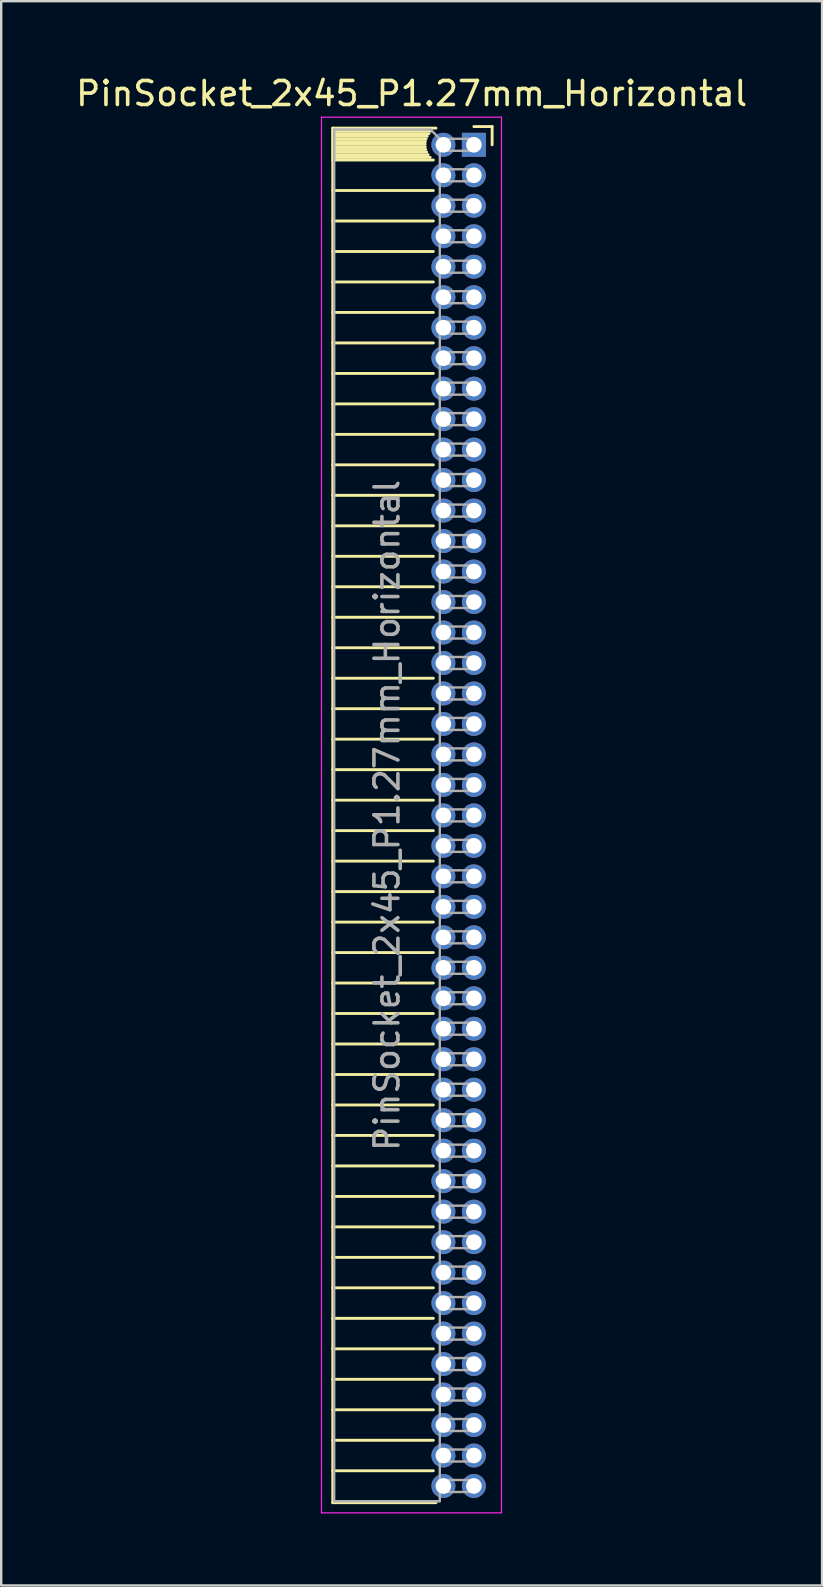
<source format=kicad_pcb>
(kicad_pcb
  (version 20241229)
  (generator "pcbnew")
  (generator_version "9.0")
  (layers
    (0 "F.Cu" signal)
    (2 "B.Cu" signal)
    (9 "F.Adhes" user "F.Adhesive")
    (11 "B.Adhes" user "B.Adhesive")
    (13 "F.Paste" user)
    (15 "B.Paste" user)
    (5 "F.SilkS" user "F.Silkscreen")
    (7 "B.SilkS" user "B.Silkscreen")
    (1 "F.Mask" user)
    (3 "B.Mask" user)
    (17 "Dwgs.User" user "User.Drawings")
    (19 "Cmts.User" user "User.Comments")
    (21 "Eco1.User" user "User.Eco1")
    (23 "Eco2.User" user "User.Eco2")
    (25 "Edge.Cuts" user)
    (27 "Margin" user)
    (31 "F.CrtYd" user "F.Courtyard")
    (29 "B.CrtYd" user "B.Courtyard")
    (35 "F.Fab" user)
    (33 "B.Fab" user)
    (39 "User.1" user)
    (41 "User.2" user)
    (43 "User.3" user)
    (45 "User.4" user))
  (footprint "PinSocket_2x45_P1.27mm_Horizontal"
    (layer "F.Cu")
    (at 16.694 2.983)
    (property "Reference" "PinSocket_2x45_P1.27mm_Horizontal" (at -2.592 -2.135 0) (layer "F.SilkS") (effects (font (size 1 1) (thickness 0.15))))
    (attr through_hole)
    (fp_line (start -5.88 -0.695) (end -5.88 56.575) (stroke (width 0.12) (type solid)) (layer "F.SilkS"))
    (fp_line (start -5.88 -0.695) (end -1.578 -0.695) (stroke (width 0.12) (type solid)) (layer "F.SilkS"))
    (fp_line (start -5.88 -0.575) (end -1.767 -0.575) (stroke (width 0.12) (type solid)) (layer "F.SilkS"))
    (fp_line (start -5.88 -0.465) (end -1.871 -0.465) (stroke (width 0.12) (type solid)) (layer "F.SilkS"))
    (fp_line (start -5.88 -0.355) (end -1.942 -0.355) (stroke (width 0.12) (type solid)) (layer "F.SilkS"))
    (fp_line (start -5.88 -0.245) (end -1.989 -0.245) (stroke (width 0.12) (type solid)) (layer "F.SilkS"))
    (fp_line (start -5.88 -0.135) (end -2.018 -0.135) (stroke (width 0.12) (type solid)) (layer "F.SilkS"))
    (fp_line (start -5.88 -0.025) (end -2.03 -0.025) (stroke (width 0.12) (type solid)) (layer "F.SilkS"))
    (fp_line (start -5.88 0.085) (end -2.025 0.085) (stroke (width 0.12) (type solid)) (layer "F.SilkS"))
    (fp_line (start -5.88 0.195) (end -2.005 0.195) (stroke (width 0.12) (type solid)) (layer "F.SilkS"))
    (fp_line (start -5.88 0.305) (end -1.966 0.305) (stroke (width 0.12) (type solid)) (layer "F.SilkS"))
    (fp_line (start -5.88 0.415) (end -1.907 0.415) (stroke (width 0.12) (type solid)) (layer "F.SilkS"))
    (fp_line (start -5.88 0.525) (end -1.82 0.525) (stroke (width 0.12) (type solid)) (layer "F.SilkS"))
    (fp_line (start -5.88 0.635) (end -1.688 0.635) (stroke (width 0.12) (type solid)) (layer "F.SilkS"))
    (fp_line (start -5.88 1.905) (end -1.688 1.905) (stroke (width 0.12) (type solid)) (layer "F.SilkS"))
    (fp_line (start -5.88 3.175) (end -1.688 3.175) (stroke (width 0.12) (type solid)) (layer "F.SilkS"))
    (fp_line (start -5.88 4.445) (end -1.688 4.445) (stroke (width 0.12) (type solid)) (layer "F.SilkS"))
    (fp_line (start -5.88 5.715) (end -1.688 5.715) (stroke (width 0.12) (type solid)) (layer "F.SilkS"))
    (fp_line (start -5.88 6.985) (end -1.688 6.985) (stroke (width 0.12) (type solid)) (layer "F.SilkS"))
    (fp_line (start -5.88 8.255) (end -1.688 8.255) (stroke (width 0.12) (type solid)) (layer "F.SilkS"))
    (fp_line (start -5.88 9.525) (end -1.688 9.525) (stroke (width 0.12) (type solid)) (layer "F.SilkS"))
    (fp_line (start -5.88 10.795) (end -1.688 10.795) (stroke (width 0.12) (type solid)) (layer "F.SilkS"))
    (fp_line (start -5.88 12.065) (end -1.688 12.065) (stroke (width 0.12) (type solid)) (layer "F.SilkS"))
    (fp_line (start -5.88 13.335) (end -1.688 13.335) (stroke (width 0.12) (type solid)) (layer "F.SilkS"))
    (fp_line (start -5.88 14.605) (end -1.688 14.605) (stroke (width 0.12) (type solid)) (layer "F.SilkS"))
    (fp_line (start -5.88 15.875) (end -1.688 15.875) (stroke (width 0.12) (type solid)) (layer "F.SilkS"))
    (fp_line (start -5.88 17.145) (end -1.688 17.145) (stroke (width 0.12) (type solid)) (layer "F.SilkS"))
    (fp_line (start -5.88 18.415) (end -1.688 18.415) (stroke (width 0.12) (type solid)) (layer "F.SilkS"))
    (fp_line (start -5.88 19.685) (end -1.688 19.685) (stroke (width 0.12) (type solid)) (layer "F.SilkS"))
    (fp_line (start -5.88 20.955) (end -1.688 20.955) (stroke (width 0.12) (type solid)) (layer "F.SilkS"))
    (fp_line (start -5.88 22.225) (end -1.688 22.225) (stroke (width 0.12) (type solid)) (layer "F.SilkS"))
    (fp_line (start -5.88 23.495) (end -1.688 23.495) (stroke (width 0.12) (type solid)) (layer "F.SilkS"))
    (fp_line (start -5.88 24.765) (end -1.688 24.765) (stroke (width 0.12) (type solid)) (layer "F.SilkS"))
    (fp_line (start -5.88 26.035) (end -1.688 26.035) (stroke (width 0.12) (type solid)) (layer "F.SilkS"))
    (fp_line (start -5.88 27.305) (end -1.688 27.305) (stroke (width 0.12) (type solid)) (layer "F.SilkS"))
    (fp_line (start -5.88 28.575) (end -1.688 28.575) (stroke (width 0.12) (type solid)) (layer "F.SilkS"))
    (fp_line (start -5.88 29.845) (end -1.688 29.845) (stroke (width 0.12) (type solid)) (layer "F.SilkS"))
    (fp_line (start -5.88 31.115) (end -1.688 31.115) (stroke (width 0.12) (type solid)) (layer "F.SilkS"))
    (fp_line (start -5.88 32.385) (end -1.688 32.385) (stroke (width 0.12) (type solid)) (layer "F.SilkS"))
    (fp_line (start -5.88 33.655) (end -1.688 33.655) (stroke (width 0.12) (type solid)) (layer "F.SilkS"))
    (fp_line (start -5.88 34.925) (end -1.688 34.925) (stroke (width 0.12) (type solid)) (layer "F.SilkS"))
    (fp_line (start -5.88 36.195) (end -1.688 36.195) (stroke (width 0.12) (type solid)) (layer "F.SilkS"))
    (fp_line (start -5.88 37.465) (end -1.688 37.465) (stroke (width 0.12) (type solid)) (layer "F.SilkS"))
    (fp_line (start -5.88 38.735) (end -1.688 38.735) (stroke (width 0.12) (type solid)) (layer "F.SilkS"))
    (fp_line (start -5.88 40.005) (end -1.688 40.005) (stroke (width 0.12) (type solid)) (layer "F.SilkS"))
    (fp_line (start -5.88 41.275) (end -1.688 41.275) (stroke (width 0.12) (type solid)) (layer "F.SilkS"))
    (fp_line (start -5.88 42.545) (end -1.688 42.545) (stroke (width 0.12) (type solid)) (layer "F.SilkS"))
    (fp_line (start -5.88 43.815) (end -1.688 43.815) (stroke (width 0.12) (type solid)) (layer "F.SilkS"))
    (fp_line (start -5.88 45.085) (end -1.688 45.085) (stroke (width 0.12) (type solid)) (layer "F.SilkS"))
    (fp_line (start -5.88 46.355) (end -1.688 46.355) (stroke (width 0.12) (type solid)) (layer "F.SilkS"))
    (fp_line (start -5.88 47.625) (end -1.688 47.625) (stroke (width 0.12) (type solid)) (layer "F.SilkS"))
    (fp_line (start -5.88 48.895) (end -1.688 48.895) (stroke (width 0.12) (type solid)) (layer "F.SilkS"))
    (fp_line (start -5.88 50.165) (end -1.688 50.165) (stroke (width 0.12) (type solid)) (layer "F.SilkS"))
    (fp_line (start -5.88 51.435) (end -1.688 51.435) (stroke (width 0.12) (type solid)) (layer "F.SilkS"))
    (fp_line (start -5.88 52.705) (end -1.688 52.705) (stroke (width 0.12) (type solid)) (layer "F.SilkS"))
    (fp_line (start -5.88 53.975) (end -1.688 53.975) (stroke (width 0.12) (type solid)) (layer "F.SilkS"))
    (fp_line (start -5.88 55.245) (end -1.688 55.245) (stroke (width 0.12) (type solid)) (layer "F.SilkS"))
    (fp_line (start -5.88 56.575) (end -1.578 56.575) (stroke (width 0.12) (type solid)) (layer "F.SilkS"))
    (fp_line (start 0 -0.76) (end 0.76 -0.76) (stroke (width 0.12) (type solid)) (layer "F.SilkS"))
    (fp_line (start 0.76 -0.76) (end 0.76 0) (stroke (width 0.12) (type solid)) (layer "F.SilkS"))
    (fp_line (start -6.35 -1.15) (end -6.35 57) (stroke (width 0.05) (type solid)) (layer "F.CrtYd"))
    (fp_line (start -6.35 57) (end 1.15 57) (stroke (width 0.05) (type solid)) (layer "F.CrtYd"))
    (fp_line (start 1.15 -1.15) (end -6.35 -1.15) (stroke (width 0.05) (type solid)) (layer "F.CrtYd"))
    (fp_line (start 1.15 57) (end 1.15 -1.15) (stroke (width 0.05) (type solid)) (layer "F.CrtYd"))
    (fp_line (start -5.82 -0.635) (end -1.805 -0.635) (stroke (width 0.1) (type solid)) (layer "F.Fab"))
    (fp_line (start -5.82 56.515) (end -5.82 -0.635) (stroke (width 0.1) (type solid)) (layer "F.Fab"))
    (fp_line (start -1.805 -0.635) (end -1.42 -0.25) (stroke (width 0.1) (type solid)) (layer "F.Fab"))
    (fp_line (start -1.42 -0.25) (end -1.42 56.515) (stroke (width 0.1) (type solid)) (layer "F.Fab"))
    (fp_line (start -1.42 0.25) (end 0 0.25) (stroke (width 0.1) (type solid)) (layer "F.Fab"))
    (fp_line (start -1.42 1.52) (end 0 1.52) (stroke (width 0.1) (type solid)) (layer "F.Fab"))
    (fp_line (start -1.42 2.79) (end 0 2.79) (stroke (width 0.1) (type solid)) (layer "F.Fab"))
    (fp_line (start -1.42 4.06) (end 0 4.06) (stroke (width 0.1) (type solid)) (layer "F.Fab"))
    (fp_line (start -1.42 5.33) (end 0 5.33) (stroke (width 0.1) (type solid)) (layer "F.Fab"))
    (fp_line (start -1.42 6.6) (end 0 6.6) (stroke (width 0.1) (type solid)) (layer "F.Fab"))
    (fp_line (start -1.42 7.87) (end 0 7.87) (stroke (width 0.1) (type solid)) (layer "F.Fab"))
    (fp_line (start -1.42 9.14) (end 0 9.14) (stroke (width 0.1) (type solid)) (layer "F.Fab"))
    (fp_line (start -1.42 10.41) (end 0 10.41) (stroke (width 0.1) (type solid)) (layer "F.Fab"))
    (fp_line (start -1.42 11.68) (end 0 11.68) (stroke (width 0.1) (type solid)) (layer "F.Fab"))
    (fp_line (start -1.42 12.95) (end 0 12.95) (stroke (width 0.1) (type solid)) (layer "F.Fab"))
    (fp_line (start -1.42 14.22) (end 0 14.22) (stroke (width 0.1) (type solid)) (layer "F.Fab"))
    (fp_line (start -1.42 15.49) (end 0 15.49) (stroke (width 0.1) (type solid)) (layer "F.Fab"))
    (fp_line (start -1.42 16.76) (end 0 16.76) (stroke (width 0.1) (type solid)) (layer "F.Fab"))
    (fp_line (start -1.42 18.03) (end 0 18.03) (stroke (width 0.1) (type solid)) (layer "F.Fab"))
    (fp_line (start -1.42 19.3) (end 0 19.3) (stroke (width 0.1) (type solid)) (layer "F.Fab"))
    (fp_line (start -1.42 20.57) (end 0 20.57) (stroke (width 0.1) (type solid)) (layer "F.Fab"))
    (fp_line (start -1.42 21.84) (end 0 21.84) (stroke (width 0.1) (type solid)) (layer "F.Fab"))
    (fp_line (start -1.42 23.11) (end 0 23.11) (stroke (width 0.1) (type solid)) (layer "F.Fab"))
    (fp_line (start -1.42 24.38) (end 0 24.38) (stroke (width 0.1) (type solid)) (layer "F.Fab"))
    (fp_line (start -1.42 25.65) (end 0 25.65) (stroke (width 0.1) (type solid)) (layer "F.Fab"))
    (fp_line (start -1.42 26.92) (end 0 26.92) (stroke (width 0.1) (type solid)) (layer "F.Fab"))
    (fp_line (start -1.42 28.19) (end 0 28.19) (stroke (width 0.1) (type solid)) (layer "F.Fab"))
    (fp_line (start -1.42 29.46) (end 0 29.46) (stroke (width 0.1) (type solid)) (layer "F.Fab"))
    (fp_line (start -1.42 30.73) (end 0 30.73) (stroke (width 0.1) (type solid)) (layer "F.Fab"))
    (fp_line (start -1.42 32) (end 0 32) (stroke (width 0.1) (type solid)) (layer "F.Fab"))
    (fp_line (start -1.42 33.27) (end 0 33.27) (stroke (width 0.1) (type solid)) (layer "F.Fab"))
    (fp_line (start -1.42 34.54) (end 0 34.54) (stroke (width 0.1) (type solid)) (layer "F.Fab"))
    (fp_line (start -1.42 35.81) (end 0 35.81) (stroke (width 0.1) (type solid)) (layer "F.Fab"))
    (fp_line (start -1.42 37.08) (end 0 37.08) (stroke (width 0.1) (type solid)) (layer "F.Fab"))
    (fp_line (start -1.42 38.35) (end 0 38.35) (stroke (width 0.1) (type solid)) (layer "F.Fab"))
    (fp_line (start -1.42 39.62) (end 0 39.62) (stroke (width 0.1) (type solid)) (layer "F.Fab"))
    (fp_line (start -1.42 40.89) (end 0 40.89) (stroke (width 0.1) (type solid)) (layer "F.Fab"))
    (fp_line (start -1.42 42.16) (end 0 42.16) (stroke (width 0.1) (type solid)) (layer "F.Fab"))
    (fp_line (start -1.42 43.43) (end 0 43.43) (stroke (width 0.1) (type solid)) (layer "F.Fab"))
    (fp_line (start -1.42 44.7) (end 0 44.7) (stroke (width 0.1) (type solid)) (layer "F.Fab"))
    (fp_line (start -1.42 45.97) (end 0 45.97) (stroke (width 0.1) (type solid)) (layer "F.Fab"))
    (fp_line (start -1.42 47.24) (end 0 47.24) (stroke (width 0.1) (type solid)) (layer "F.Fab"))
    (fp_line (start -1.42 48.51) (end 0 48.51) (stroke (width 0.1) (type solid)) (layer "F.Fab"))
    (fp_line (start -1.42 49.78) (end 0 49.78) (stroke (width 0.1) (type solid)) (layer "F.Fab"))
    (fp_line (start -1.42 51.05) (end 0 51.05) (stroke (width 0.1) (type solid)) (layer "F.Fab"))
    (fp_line (start -1.42 52.32) (end 0 52.32) (stroke (width 0.1) (type solid)) (layer "F.Fab"))
    (fp_line (start -1.42 53.59) (end 0 53.59) (stroke (width 0.1) (type solid)) (layer "F.Fab"))
    (fp_line (start -1.42 54.86) (end 0 54.86) (stroke (width 0.1) (type solid)) (layer "F.Fab"))
    (fp_line (start -1.42 56.13) (end 0 56.13) (stroke (width 0.1) (type solid)) (layer "F.Fab"))
    (fp_line (start -1.42 56.515) (end -5.82 56.515) (stroke (width 0.1) (type solid)) (layer "F.Fab"))
    (fp_line (start 0 -0.25) (end -1.42 -0.25) (stroke (width 0.1) (type solid)) (layer "F.Fab"))
    (fp_line (start 0 0.25) (end 0 -0.25) (stroke (width 0.1) (type solid)) (layer "F.Fab"))
    (fp_line (start 0 1.02) (end -1.42 1.02) (stroke (width 0.1) (type solid)) (layer "F.Fab"))
    (fp_line (start 0 1.52) (end 0 1.02) (stroke (width 0.1) (type solid)) (layer "F.Fab"))
    (fp_line (start 0 2.29) (end -1.42 2.29) (stroke (width 0.1) (type solid)) (layer "F.Fab"))
    (fp_line (start 0 2.79) (end 0 2.29) (stroke (width 0.1) (type solid)) (layer "F.Fab"))
    (fp_line (start 0 3.56) (end -1.42 3.56) (stroke (width 0.1) (type solid)) (layer "F.Fab"))
    (fp_line (start 0 4.06) (end 0 3.56) (stroke (width 0.1) (type solid)) (layer "F.Fab"))
    (fp_line (start 0 4.83) (end -1.42 4.83) (stroke (width 0.1) (type solid)) (layer "F.Fab"))
    (fp_line (start 0 5.33) (end 0 4.83) (stroke (width 0.1) (type solid)) (layer "F.Fab"))
    (fp_line (start 0 6.1) (end -1.42 6.1) (stroke (width 0.1) (type solid)) (layer "F.Fab"))
    (fp_line (start 0 6.6) (end 0 6.1) (stroke (width 0.1) (type solid)) (layer "F.Fab"))
    (fp_line (start 0 7.37) (end -1.42 7.37) (stroke (width 0.1) (type solid)) (layer "F.Fab"))
    (fp_line (start 0 7.87) (end 0 7.37) (stroke (width 0.1) (type solid)) (layer "F.Fab"))
    (fp_line (start 0 8.64) (end -1.42 8.64) (stroke (width 0.1) (type solid)) (layer "F.Fab"))
    (fp_line (start 0 9.14) (end 0 8.64) (stroke (width 0.1) (type solid)) (layer "F.Fab"))
    (fp_line (start 0 9.91) (end -1.42 9.91) (stroke (width 0.1) (type solid)) (layer "F.Fab"))
    (fp_line (start 0 10.41) (end 0 9.91) (stroke (width 0.1) (type solid)) (layer "F.Fab"))
    (fp_line (start 0 11.18) (end -1.42 11.18) (stroke (width 0.1) (type solid)) (layer "F.Fab"))
    (fp_line (start 0 11.68) (end 0 11.18) (stroke (width 0.1) (type solid)) (layer "F.Fab"))
    (fp_line (start 0 12.45) (end -1.42 12.45) (stroke (width 0.1) (type solid)) (layer "F.Fab"))
    (fp_line (start 0 12.95) (end 0 12.45) (stroke (width 0.1) (type solid)) (layer "F.Fab"))
    (fp_line (start 0 13.72) (end -1.42 13.72) (stroke (width 0.1) (type solid)) (layer "F.Fab"))
    (fp_line (start 0 14.22) (end 0 13.72) (stroke (width 0.1) (type solid)) (layer "F.Fab"))
    (fp_line (start 0 14.99) (end -1.42 14.99) (stroke (width 0.1) (type solid)) (layer "F.Fab"))
    (fp_line (start 0 15.49) (end 0 14.99) (stroke (width 0.1) (type solid)) (layer "F.Fab"))
    (fp_line (start 0 16.26) (end -1.42 16.26) (stroke (width 0.1) (type solid)) (layer "F.Fab"))
    (fp_line (start 0 16.76) (end 0 16.26) (stroke (width 0.1) (type solid)) (layer "F.Fab"))
    (fp_line (start 0 17.53) (end -1.42 17.53) (stroke (width 0.1) (type solid)) (layer "F.Fab"))
    (fp_line (start 0 18.03) (end 0 17.53) (stroke (width 0.1) (type solid)) (layer "F.Fab"))
    (fp_line (start 0 18.8) (end -1.42 18.8) (stroke (width 0.1) (type solid)) (layer "F.Fab"))
    (fp_line (start 0 19.3) (end 0 18.8) (stroke (width 0.1) (type solid)) (layer "F.Fab"))
    (fp_line (start 0 20.07) (end -1.42 20.07) (stroke (width 0.1) (type solid)) (layer "F.Fab"))
    (fp_line (start 0 20.57) (end 0 20.07) (stroke (width 0.1) (type solid)) (layer "F.Fab"))
    (fp_line (start 0 21.34) (end -1.42 21.34) (stroke (width 0.1) (type solid)) (layer "F.Fab"))
    (fp_line (start 0 21.84) (end 0 21.34) (stroke (width 0.1) (type solid)) (layer "F.Fab"))
    (fp_line (start 0 22.61) (end -1.42 22.61) (stroke (width 0.1) (type solid)) (layer "F.Fab"))
    (fp_line (start 0 23.11) (end 0 22.61) (stroke (width 0.1) (type solid)) (layer "F.Fab"))
    (fp_line (start 0 23.88) (end -1.42 23.88) (stroke (width 0.1) (type solid)) (layer "F.Fab"))
    (fp_line (start 0 24.38) (end 0 23.88) (stroke (width 0.1) (type solid)) (layer "F.Fab"))
    (fp_line (start 0 25.15) (end -1.42 25.15) (stroke (width 0.1) (type solid)) (layer "F.Fab"))
    (fp_line (start 0 25.65) (end 0 25.15) (stroke (width 0.1) (type solid)) (layer "F.Fab"))
    (fp_line (start 0 26.42) (end -1.42 26.42) (stroke (width 0.1) (type solid)) (layer "F.Fab"))
    (fp_line (start 0 26.92) (end 0 26.42) (stroke (width 0.1) (type solid)) (layer "F.Fab"))
    (fp_line (start 0 27.69) (end -1.42 27.69) (stroke (width 0.1) (type solid)) (layer "F.Fab"))
    (fp_line (start 0 28.19) (end 0 27.69) (stroke (width 0.1) (type solid)) (layer "F.Fab"))
    (fp_line (start 0 28.96) (end -1.42 28.96) (stroke (width 0.1) (type solid)) (layer "F.Fab"))
    (fp_line (start 0 29.46) (end 0 28.96) (stroke (width 0.1) (type solid)) (layer "F.Fab"))
    (fp_line (start 0 30.23) (end -1.42 30.23) (stroke (width 0.1) (type solid)) (layer "F.Fab"))
    (fp_line (start 0 30.73) (end 0 30.23) (stroke (width 0.1) (type solid)) (layer "F.Fab"))
    (fp_line (start 0 31.5) (end -1.42 31.5) (stroke (width 0.1) (type solid)) (layer "F.Fab"))
    (fp_line (start 0 32) (end 0 31.5) (stroke (width 0.1) (type solid)) (layer "F.Fab"))
    (fp_line (start 0 32.77) (end -1.42 32.77) (stroke (width 0.1) (type solid)) (layer "F.Fab"))
    (fp_line (start 0 33.27) (end 0 32.77) (stroke (width 0.1) (type solid)) (layer "F.Fab"))
    (fp_line (start 0 34.04) (end -1.42 34.04) (stroke (width 0.1) (type solid)) (layer "F.Fab"))
    (fp_line (start 0 34.54) (end 0 34.04) (stroke (width 0.1) (type solid)) (layer "F.Fab"))
    (fp_line (start 0 35.31) (end -1.42 35.31) (stroke (width 0.1) (type solid)) (layer "F.Fab"))
    (fp_line (start 0 35.81) (end 0 35.31) (stroke (width 0.1) (type solid)) (layer "F.Fab"))
    (fp_line (start 0 36.58) (end -1.42 36.58) (stroke (width 0.1) (type solid)) (layer "F.Fab"))
    (fp_line (start 0 37.08) (end 0 36.58) (stroke (width 0.1) (type solid)) (layer "F.Fab"))
    (fp_line (start 0 37.85) (end -1.42 37.85) (stroke (width 0.1) (type solid)) (layer "F.Fab"))
    (fp_line (start 0 38.35) (end 0 37.85) (stroke (width 0.1) (type solid)) (layer "F.Fab"))
    (fp_line (start 0 39.12) (end -1.42 39.12) (stroke (width 0.1) (type solid)) (layer "F.Fab"))
    (fp_line (start 0 39.62) (end 0 39.12) (stroke (width 0.1) (type solid)) (layer "F.Fab"))
    (fp_line (start 0 40.39) (end -1.42 40.39) (stroke (width 0.1) (type solid)) (layer "F.Fab"))
    (fp_line (start 0 40.89) (end 0 40.39) (stroke (width 0.1) (type solid)) (layer "F.Fab"))
    (fp_line (start 0 41.66) (end -1.42 41.66) (stroke (width 0.1) (type solid)) (layer "F.Fab"))
    (fp_line (start 0 42.16) (end 0 41.66) (stroke (width 0.1) (type solid)) (layer "F.Fab"))
    (fp_line (start 0 42.93) (end -1.42 42.93) (stroke (width 0.1) (type solid)) (layer "F.Fab"))
    (fp_line (start 0 43.43) (end 0 42.93) (stroke (width 0.1) (type solid)) (layer "F.Fab"))
    (fp_line (start 0 44.2) (end -1.42 44.2) (stroke (width 0.1) (type solid)) (layer "F.Fab"))
    (fp_line (start 0 44.7) (end 0 44.2) (stroke (width 0.1) (type solid)) (layer "F.Fab"))
    (fp_line (start 0 45.47) (end -1.42 45.47) (stroke (width 0.1) (type solid)) (layer "F.Fab"))
    (fp_line (start 0 45.97) (end 0 45.47) (stroke (width 0.1) (type solid)) (layer "F.Fab"))
    (fp_line (start 0 46.74) (end -1.42 46.74) (stroke (width 0.1) (type solid)) (layer "F.Fab"))
    (fp_line (start 0 47.24) (end 0 46.74) (stroke (width 0.1) (type solid)) (layer "F.Fab"))
    (fp_line (start 0 48.01) (end -1.42 48.01) (stroke (width 0.1) (type solid)) (layer "F.Fab"))
    (fp_line (start 0 48.51) (end 0 48.01) (stroke (width 0.1) (type solid)) (layer "F.Fab"))
    (fp_line (start 0 49.28) (end -1.42 49.28) (stroke (width 0.1) (type solid)) (layer "F.Fab"))
    (fp_line (start 0 49.78) (end 0 49.28) (stroke (width 0.1) (type solid)) (layer "F.Fab"))
    (fp_line (start 0 50.55) (end -1.42 50.55) (stroke (width 0.1) (type solid)) (layer "F.Fab"))
    (fp_line (start 0 51.05) (end 0 50.55) (stroke (width 0.1) (type solid)) (layer "F.Fab"))
    (fp_line (start 0 51.82) (end -1.42 51.82) (stroke (width 0.1) (type solid)) (layer "F.Fab"))
    (fp_line (start 0 52.32) (end 0 51.82) (stroke (width 0.1) (type solid)) (layer "F.Fab"))
    (fp_line (start 0 53.09) (end -1.42 53.09) (stroke (width 0.1) (type solid)) (layer "F.Fab"))
    (fp_line (start 0 53.59) (end 0 53.09) (stroke (width 0.1) (type solid)) (layer "F.Fab"))
    (fp_line (start 0 54.36) (end -1.42 54.36) (stroke (width 0.1) (type solid)) (layer "F.Fab"))
    (fp_line (start 0 54.86) (end 0 54.36) (stroke (width 0.1) (type solid)) (layer "F.Fab"))
    (fp_line (start 0 55.63) (end -1.42 55.63) (stroke (width 0.1) (type solid)) (layer "F.Fab"))
    (fp_line (start 0 56.13) (end 0 55.63) (stroke (width 0.1) (type solid)) (layer "F.Fab"))
    (fp_text user "${REFERENCE}" (at -3.62 27.94 90) (layer "F.Fab") (effects (font (size 1 1) (thickness 0.15))))
    (pad "1" thru_hole rect (at 0 0) (size 1 1) (drill 0.65) (layers "*.Cu" "*.Mask"))
    (pad "2" thru_hole oval (at -1.27 0) (size 1 1) (drill 0.65) (layers "*.Cu" "*.Mask"))
    (pad "3" thru_hole oval (at 0 1.27) (size 1 1) (drill 0.65) (layers "*.Cu" "*.Mask"))
    (pad "4" thru_hole oval (at -1.27 1.27) (size 1 1) (drill 0.65) (layers "*.Cu" "*.Mask"))
    (pad "5" thru_hole oval (at 0 2.54) (size 1 1) (drill 0.65) (layers "*.Cu" "*.Mask"))
    (pad "6" thru_hole oval (at -1.27 2.54) (size 1 1) (drill 0.65) (layers "*.Cu" "*.Mask"))
    (pad "7" thru_hole oval (at 0 3.81) (size 1 1) (drill 0.65) (layers "*.Cu" "*.Mask"))
    (pad "8" thru_hole oval (at -1.27 3.81) (size 1 1) (drill 0.65) (layers "*.Cu" "*.Mask"))
    (pad "9" thru_hole oval (at 0 5.08) (size 1 1) (drill 0.65) (layers "*.Cu" "*.Mask"))
    (pad "10" thru_hole oval (at -1.27 5.08) (size 1 1) (drill 0.65) (layers "*.Cu" "*.Mask"))
    (pad "11" thru_hole oval (at 0 6.35) (size 1 1) (drill 0.65) (layers "*.Cu" "*.Mask"))
    (pad "12" thru_hole oval (at -1.27 6.35) (size 1 1) (drill 0.65) (layers "*.Cu" "*.Mask"))
    (pad "13" thru_hole oval (at 0 7.62) (size 1 1) (drill 0.65) (layers "*.Cu" "*.Mask"))
    (pad "14" thru_hole oval (at -1.27 7.62) (size 1 1) (drill 0.65) (layers "*.Cu" "*.Mask"))
    (pad "15" thru_hole oval (at 0 8.89) (size 1 1) (drill 0.65) (layers "*.Cu" "*.Mask"))
    (pad "16" thru_hole oval (at -1.27 8.89) (size 1 1) (drill 0.65) (layers "*.Cu" "*.Mask"))
    (pad "17" thru_hole oval (at 0 10.16) (size 1 1) (drill 0.65) (layers "*.Cu" "*.Mask"))
    (pad "18" thru_hole oval (at -1.27 10.16) (size 1 1) (drill 0.65) (layers "*.Cu" "*.Mask"))
    (pad "19" thru_hole oval (at 0 11.43) (size 1 1) (drill 0.65) (layers "*.Cu" "*.Mask"))
    (pad "20" thru_hole oval (at -1.27 11.43) (size 1 1) (drill 0.65) (layers "*.Cu" "*.Mask"))
    (pad "21" thru_hole oval (at 0 12.7) (size 1 1) (drill 0.65) (layers "*.Cu" "*.Mask"))
    (pad "22" thru_hole oval (at -1.27 12.7) (size 1 1) (drill 0.65) (layers "*.Cu" "*.Mask"))
    (pad "23" thru_hole oval (at 0 13.97) (size 1 1) (drill 0.65) (layers "*.Cu" "*.Mask"))
    (pad "24" thru_hole oval (at -1.27 13.97) (size 1 1) (drill 0.65) (layers "*.Cu" "*.Mask"))
    (pad "25" thru_hole oval (at 0 15.24) (size 1 1) (drill 0.65) (layers "*.Cu" "*.Mask"))
    (pad "26" thru_hole oval (at -1.27 15.24) (size 1 1) (drill 0.65) (layers "*.Cu" "*.Mask"))
    (pad "27" thru_hole oval (at 0 16.51) (size 1 1) (drill 0.65) (layers "*.Cu" "*.Mask"))
    (pad "28" thru_hole oval (at -1.27 16.51) (size 1 1) (drill 0.65) (layers "*.Cu" "*.Mask"))
    (pad "29" thru_hole oval (at 0 17.78) (size 1 1) (drill 0.65) (layers "*.Cu" "*.Mask"))
    (pad "30" thru_hole oval (at -1.27 17.78) (size 1 1) (drill 0.65) (layers "*.Cu" "*.Mask"))
    (pad "31" thru_hole oval (at 0 19.05) (size 1 1) (drill 0.65) (layers "*.Cu" "*.Mask"))
    (pad "32" thru_hole oval (at -1.27 19.05) (size 1 1) (drill 0.65) (layers "*.Cu" "*.Mask"))
    (pad "33" thru_hole oval (at 0 20.32) (size 1 1) (drill 0.65) (layers "*.Cu" "*.Mask"))
    (pad "34" thru_hole oval (at -1.27 20.32) (size 1 1) (drill 0.65) (layers "*.Cu" "*.Mask"))
    (pad "35" thru_hole oval (at 0 21.59) (size 1 1) (drill 0.65) (layers "*.Cu" "*.Mask"))
    (pad "36" thru_hole oval (at -1.27 21.59) (size 1 1) (drill 0.65) (layers "*.Cu" "*.Mask"))
    (pad "37" thru_hole oval (at 0 22.86) (size 1 1) (drill 0.65) (layers "*.Cu" "*.Mask"))
    (pad "38" thru_hole oval (at -1.27 22.86) (size 1 1) (drill 0.65) (layers "*.Cu" "*.Mask"))
    (pad "39" thru_hole oval (at 0 24.13) (size 1 1) (drill 0.65) (layers "*.Cu" "*.Mask"))
    (pad "40" thru_hole oval (at -1.27 24.13) (size 1 1) (drill 0.65) (layers "*.Cu" "*.Mask"))
    (pad "41" thru_hole oval (at 0 25.4) (size 1 1) (drill 0.65) (layers "*.Cu" "*.Mask"))
    (pad "42" thru_hole oval (at -1.27 25.4) (size 1 1) (drill 0.65) (layers "*.Cu" "*.Mask"))
    (pad "43" thru_hole oval (at 0 26.67) (size 1 1) (drill 0.65) (layers "*.Cu" "*.Mask"))
    (pad "44" thru_hole oval (at -1.27 26.67) (size 1 1) (drill 0.65) (layers "*.Cu" "*.Mask"))
    (pad "45" thru_hole oval (at 0 27.94) (size 1 1) (drill 0.65) (layers "*.Cu" "*.Mask"))
    (pad "46" thru_hole oval (at -1.27 27.94) (size 1 1) (drill 0.65) (layers "*.Cu" "*.Mask"))
    (pad "47" thru_hole oval (at 0 29.21) (size 1 1) (drill 0.65) (layers "*.Cu" "*.Mask"))
    (pad "48" thru_hole oval (at -1.27 29.21) (size 1 1) (drill 0.65) (layers "*.Cu" "*.Mask"))
    (pad "49" thru_hole oval (at 0 30.48) (size 1 1) (drill 0.65) (layers "*.Cu" "*.Mask"))
    (pad "50" thru_hole oval (at -1.27 30.48) (size 1 1) (drill 0.65) (layers "*.Cu" "*.Mask"))
    (pad "51" thru_hole oval (at 0 31.75) (size 1 1) (drill 0.65) (layers "*.Cu" "*.Mask"))
    (pad "52" thru_hole oval (at -1.27 31.75) (size 1 1) (drill 0.65) (layers "*.Cu" "*.Mask"))
    (pad "53" thru_hole oval (at 0 33.02) (size 1 1) (drill 0.65) (layers "*.Cu" "*.Mask"))
    (pad "54" thru_hole oval (at -1.27 33.02) (size 1 1) (drill 0.65) (layers "*.Cu" "*.Mask"))
    (pad "55" thru_hole oval (at 0 34.29) (size 1 1) (drill 0.65) (layers "*.Cu" "*.Mask"))
    (pad "56" thru_hole oval (at -1.27 34.29) (size 1 1) (drill 0.65) (layers "*.Cu" "*.Mask"))
    (pad "57" thru_hole oval (at 0 35.56) (size 1 1) (drill 0.65) (layers "*.Cu" "*.Mask"))
    (pad "58" thru_hole oval (at -1.27 35.56) (size 1 1) (drill 0.65) (layers "*.Cu" "*.Mask"))
    (pad "59" thru_hole oval (at 0 36.83) (size 1 1) (drill 0.65) (layers "*.Cu" "*.Mask"))
    (pad "60" thru_hole oval (at -1.27 36.83) (size 1 1) (drill 0.65) (layers "*.Cu" "*.Mask"))
    (pad "61" thru_hole oval (at 0 38.1) (size 1 1) (drill 0.65) (layers "*.Cu" "*.Mask"))
    (pad "62" thru_hole oval (at -1.27 38.1) (size 1 1) (drill 0.65) (layers "*.Cu" "*.Mask"))
    (pad "63" thru_hole oval (at 0 39.37) (size 1 1) (drill 0.65) (layers "*.Cu" "*.Mask"))
    (pad "64" thru_hole oval (at -1.27 39.37) (size 1 1) (drill 0.65) (layers "*.Cu" "*.Mask"))
    (pad "65" thru_hole oval (at 0 40.64) (size 1 1) (drill 0.65) (layers "*.Cu" "*.Mask"))
    (pad "66" thru_hole oval (at -1.27 40.64) (size 1 1) (drill 0.65) (layers "*.Cu" "*.Mask"))
    (pad "67" thru_hole oval (at 0 41.91) (size 1 1) (drill 0.65) (layers "*.Cu" "*.Mask"))
    (pad "68" thru_hole oval (at -1.27 41.91) (size 1 1) (drill 0.65) (layers "*.Cu" "*.Mask"))
    (pad "69" thru_hole oval (at 0 43.18) (size 1 1) (drill 0.65) (layers "*.Cu" "*.Mask"))
    (pad "70" thru_hole oval (at -1.27 43.18) (size 1 1) (drill 0.65) (layers "*.Cu" "*.Mask"))
    (pad "71" thru_hole oval (at 0 44.45) (size 1 1) (drill 0.65) (layers "*.Cu" "*.Mask"))
    (pad "72" thru_hole oval (at -1.27 44.45) (size 1 1) (drill 0.65) (layers "*.Cu" "*.Mask"))
    (pad "73" thru_hole oval (at 0 45.72) (size 1 1) (drill 0.65) (layers "*.Cu" "*.Mask"))
    (pad "74" thru_hole oval (at -1.27 45.72) (size 1 1) (drill 0.65) (layers "*.Cu" "*.Mask"))
    (pad "75" thru_hole oval (at 0 46.99) (size 1 1) (drill 0.65) (layers "*.Cu" "*.Mask"))
    (pad "76" thru_hole oval (at -1.27 46.99) (size 1 1) (drill 0.65) (layers "*.Cu" "*.Mask"))
    (pad "77" thru_hole oval (at 0 48.26) (size 1 1) (drill 0.65) (layers "*.Cu" "*.Mask"))
    (pad "78" thru_hole oval (at -1.27 48.26) (size 1 1) (drill 0.65) (layers "*.Cu" "*.Mask"))
    (pad "79" thru_hole oval (at 0 49.53) (size 1 1) (drill 0.65) (layers "*.Cu" "*.Mask"))
    (pad "80" thru_hole oval (at -1.27 49.53) (size 1 1) (drill 0.65) (layers "*.Cu" "*.Mask"))
    (pad "81" thru_hole oval (at 0 50.8) (size 1 1) (drill 0.65) (layers "*.Cu" "*.Mask"))
    (pad "82" thru_hole oval (at -1.27 50.8) (size 1 1) (drill 0.65) (layers "*.Cu" "*.Mask"))
    (pad "83" thru_hole oval (at 0 52.07) (size 1 1) (drill 0.65) (layers "*.Cu" "*.Mask"))
    (pad "84" thru_hole oval (at -1.27 52.07) (size 1 1) (drill 0.65) (layers "*.Cu" "*.Mask"))
    (pad "85" thru_hole oval (at 0 53.34) (size 1 1) (drill 0.65) (layers "*.Cu" "*.Mask"))
    (pad "86" thru_hole oval (at -1.27 53.34) (size 1 1) (drill 0.65) (layers "*.Cu" "*.Mask"))
    (pad "87" thru_hole oval (at 0 54.61) (size 1 1) (drill 0.65) (layers "*.Cu" "*.Mask"))
    (pad "88" thru_hole oval (at -1.27 54.61) (size 1 1) (drill 0.65) (layers "*.Cu" "*.Mask"))
    (pad "89" thru_hole oval (at 0 55.88) (size 1 1) (drill 0.65) (layers "*.Cu" "*.Mask"))
    (pad "90" thru_hole oval (at -1.27 55.88) (size 1 1) (drill 0.65) (layers "*.Cu" "*.Mask")))
  (gr_rect
    (start -3 -3)
    (end 31.202 63.008)
    (stroke (width 0.1) (type default))
    (fill no)
    (layer "Edge.Cuts")))
</source>
